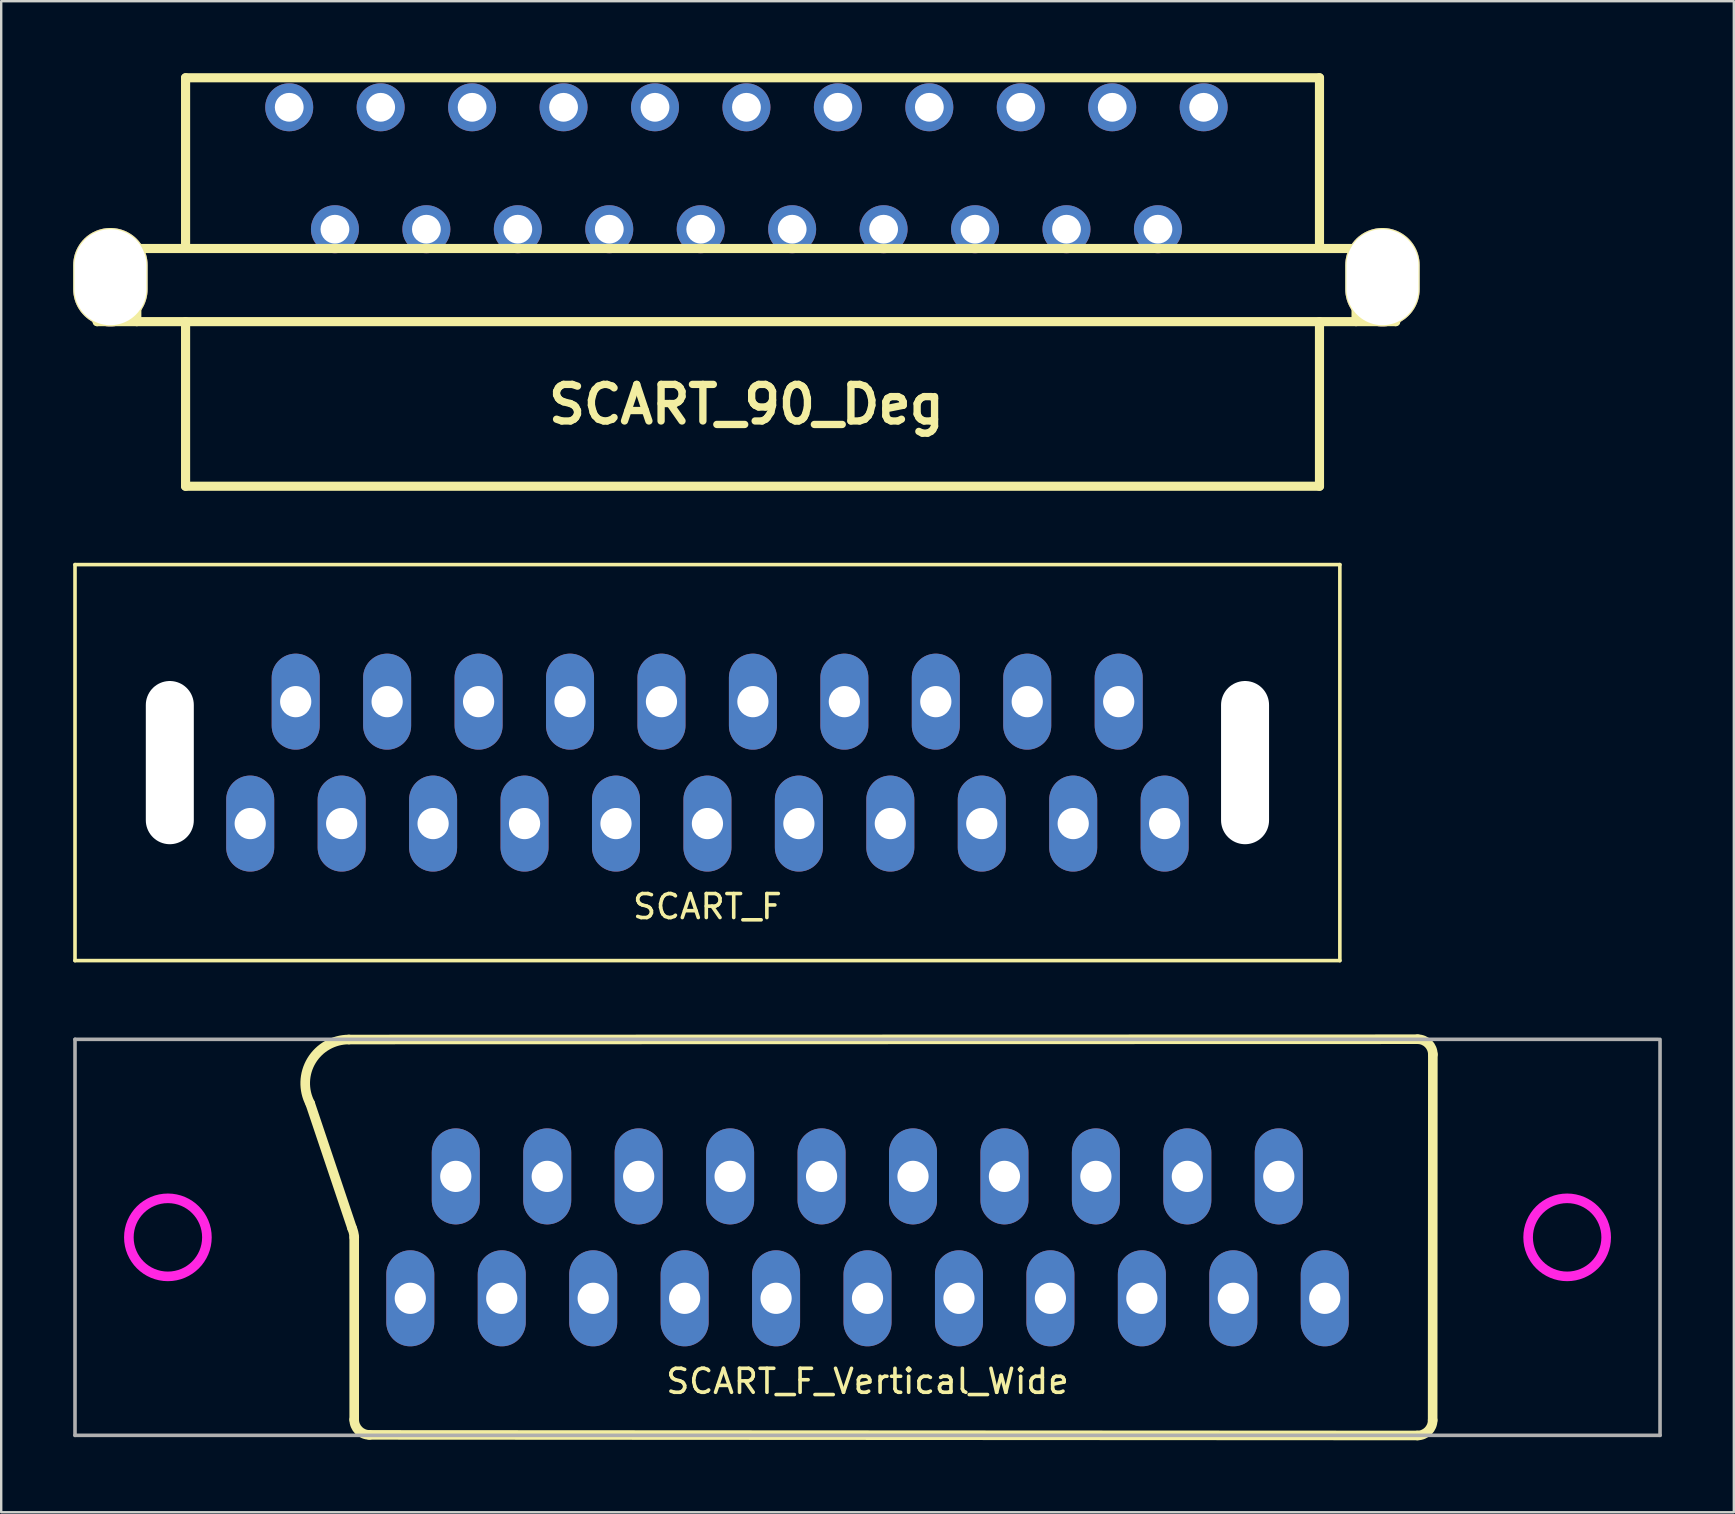
<source format=kicad_pcb>
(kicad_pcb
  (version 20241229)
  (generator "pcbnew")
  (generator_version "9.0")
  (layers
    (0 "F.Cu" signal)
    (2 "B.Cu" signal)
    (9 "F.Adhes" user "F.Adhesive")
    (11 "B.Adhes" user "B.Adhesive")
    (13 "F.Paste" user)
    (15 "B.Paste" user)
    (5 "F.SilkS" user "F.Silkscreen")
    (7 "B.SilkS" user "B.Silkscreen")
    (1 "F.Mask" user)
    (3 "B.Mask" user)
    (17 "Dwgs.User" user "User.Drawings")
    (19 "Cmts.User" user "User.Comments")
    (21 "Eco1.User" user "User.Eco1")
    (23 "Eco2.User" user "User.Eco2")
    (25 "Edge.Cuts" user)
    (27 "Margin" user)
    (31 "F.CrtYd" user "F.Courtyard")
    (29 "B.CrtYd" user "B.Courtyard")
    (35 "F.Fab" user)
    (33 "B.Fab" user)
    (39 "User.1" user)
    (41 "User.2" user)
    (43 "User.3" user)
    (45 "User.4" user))
  (footprint "SCART_90_Deg"
    (layer "F.Cu")
    (at 28.05 8.7)
    (property "Reference" "SCART_90_Deg" (at 0 5.1 0) (layer "F.SilkS") (effects (font (size 1.524 1.524) (thickness 0.305))))
    (attr through_hole)
    (fp_line (start -27.051 -1.397) (end -27.051 1.651) (stroke (width 0.381) (type solid)) (layer "F.SilkS"))
    (fp_line (start -27.051 -1.397) (end 27.051 -1.397) (stroke (width 0.381) (type solid)) (layer "F.SilkS"))
    (fp_line (start -25.4 -1.397) (end -25.4 1.651) (stroke (width 0.381) (type solid)) (layer "F.SilkS"))
    (fp_line (start -23.368 -8.509) (end 23.876 -8.509) (stroke (width 0.381) (type solid)) (layer "F.SilkS"))
    (fp_line (start -23.368 -1.397) (end -23.368 -8.509) (stroke (width 0.381) (type solid)) (layer "F.SilkS"))
    (fp_line (start -23.368 8.509) (end -23.368 1.651) (stroke (width 0.381) (type solid)) (layer "F.SilkS"))
    (fp_line (start -23.368 8.509) (end 23.876 8.509) (stroke (width 0.381) (type solid)) (layer "F.SilkS"))
    (fp_line (start 23.876 -8.509) (end 23.876 -1.397) (stroke (width 0.381) (type solid)) (layer "F.SilkS"))
    (fp_line (start 23.876 8.509) (end 23.876 1.651) (stroke (width 0.381) (type solid)) (layer "F.SilkS"))
    (fp_line (start 25.4 -1.397) (end 25.4 1.651) (stroke (width 0.381) (type solid)) (layer "F.SilkS"))
    (fp_line (start 27.051 -1.397) (end 27.051 1.651) (stroke (width 0.381) (type solid)) (layer "F.SilkS"))
    (fp_line (start 27.051 1.651) (end -27.051 1.651) (stroke (width 0.381) (type solid)) (layer "F.SilkS"))
    (pad "" np_thru_hole oval (at -26.5 -0.201) (size 3.1 4.1) (drill oval 3 4) (layers "*.Cu" "*.Mask" "F.SilkS"))
    (pad "" np_thru_hole oval (at 26.5 -0.201) (size 3.1 4.1) (drill oval 3 4) (layers "*.Cu" "*.Mask" "F.SilkS"))
    (pad "1" thru_hole circle (at 19.05 -7.28) (size 1.999 1.999) (drill 1.199) (layers "*.Cu" "*.Mask"))
    (pad "2" thru_hole circle (at 17.145 -2.2) (size 1.999 1.999) (drill 1.199) (layers "*.Cu" "*.Mask"))
    (pad "3" thru_hole circle (at 15.24 -7.28) (size 1.999 1.999) (drill 1.199) (layers "*.Cu" "*.Mask"))
    (pad "4" thru_hole circle (at 13.335 -2.2) (size 1.999 1.999) (drill 1.199) (layers "*.Cu" "*.Mask"))
    (pad "5" thru_hole circle (at 11.43 -7.28) (size 1.999 1.999) (drill 1.199) (layers "*.Cu" "*.Mask"))
    (pad "6" thru_hole circle (at 9.525 -2.2) (size 1.999 1.999) (drill 1.199) (layers "*.Cu" "*.Mask"))
    (pad "7" thru_hole circle (at 7.62 -7.28) (size 1.999 1.999) (drill 1.199) (layers "*.Cu" "*.Mask"))
    (pad "8" thru_hole circle (at 5.715 -2.2) (size 1.999 1.999) (drill 1.199) (layers "*.Cu" "*.Mask"))
    (pad "9" thru_hole circle (at 3.81 -7.28) (size 1.999 1.999) (drill 1.199) (layers "*.Cu" "*.Mask"))
    (pad "10" thru_hole circle (at 1.905 -2.2) (size 1.999 1.999) (drill 1.199) (layers "*.Cu" "*.Mask"))
    (pad "11" thru_hole circle (at 0 -7.28) (size 1.999 1.999) (drill 1.199) (layers "*.Cu" "*.Mask"))
    (pad "12" thru_hole circle (at -1.905 -2.2) (size 1.999 1.999) (drill 1.199) (layers "*.Cu" "*.Mask"))
    (pad "13" thru_hole circle (at -3.81 -7.28) (size 1.999 1.999) (drill 1.199) (layers "*.Cu" "*.Mask"))
    (pad "14" thru_hole circle (at -5.715 -2.2) (size 1.999 1.999) (drill 1.199) (layers "*.Cu" "*.Mask"))
    (pad "15" thru_hole circle (at -7.62 -7.28) (size 1.999 1.999) (drill 1.199) (layers "*.Cu" "*.Mask"))
    (pad "16" thru_hole circle (at -9.525 -2.2) (size 1.999 1.999) (drill 1.199) (layers "*.Cu" "*.Mask"))
    (pad "17" thru_hole circle (at -11.43 -7.28) (size 1.999 1.999) (drill 1.199) (layers "*.Cu" "*.Mask"))
    (pad "18" thru_hole circle (at -13.335 -2.2) (size 1.999 1.999) (drill 1.199) (layers "*.Cu" "*.Mask"))
    (pad "19" thru_hole circle (at -15.24 -7.28) (size 1.999 1.999) (drill 1.199) (layers "*.Cu" "*.Mask"))
    (pad "20" thru_hole circle (at -17.145 -2.2) (size 1.999 1.999) (drill 1.199) (layers "*.Cu" "*.Mask"))
    (pad "21" thru_hole circle (at -19.05 -7.28) (size 1.999 1.999) (drill 1.199) (layers "*.Cu" "*.Mask")))
  (footprint "SCART_F_Vertical_Wide"
    (layer "F.Cu")
    (at 33.095 48.504)
    (property "Reference" "SCART_F_Vertical_Wide" (at 0 6 180) (layer "F.SilkS") (effects (font (size 1 1) (thickness 0.15))))
    (attr through_hole)
    (fp_line (start -21.608 -8.243) (end 22.919 -8.255) (stroke (width 0.4) (type default)) (layer "F.SilkS"))
    (fp_line (start -21.475 -0.381) (end -23.222 -5.58) (stroke (width 0.4) (type default)) (layer "F.SilkS"))
    (fp_line (start -21.387 0) (end -21.387 7.595) (stroke (width 0.4) (type default)) (layer "F.SilkS"))
    (fp_line (start 22.911 8.255) (end -20.752 8.23) (stroke (width 0.4) (type default)) (layer "F.SilkS"))
    (fp_line (start 23.554 -7.62) (end 23.546 7.62) (stroke (width 0.4) (type default)) (layer "F.SilkS"))
    (fp_arc (start -23.22204 -5.579676) (mid -23.164799 -7.365999) (end -21.607551 -8.243043) (stroke (width 0.4) (type default)) (layer "F.SilkS"))
    (fp_arc (start -21.474645 -0.381) (mid -21.413184 -0.194419) (end -21.385056 0) (stroke (width 0.4) (type default)) (layer "F.SilkS"))
    (fp_arc (start -20.7518 8.2296) (mid -21.200813 8.043613) (end -21.3868 7.5946) (stroke (width 0.4) (type default)) (layer "F.SilkS"))
    (fp_arc (start 22.918987 -8.255) (mid 23.368 -8.069013) (end 23.553987 -7.62) (stroke (width 0.4) (type default)) (layer "F.SilkS"))
    (fp_arc (start 23.5458 7.62) (mid 23.359813 8.069013) (end 22.9108 8.255) (stroke (width 0.4) (type default)) (layer "F.SilkS"))
    (fp_circle (center -29.15 0) (end -27.524 0) (stroke (width 0.4) (type solid)) (fill no) (layer "F.CrtYd"))
    (fp_circle (center 29.15 0) (end 30.776 0) (stroke (width 0.4) (type solid)) (fill no) (layer "F.CrtYd"))
    (fp_line (start -33.02 -8.25) (end 32.95 -8.25) (stroke (width 0.15) (type solid)) (layer "F.Fab"))
    (fp_line (start -33.02 8.25) (end -33.02 -8.25) (stroke (width 0.15) (type solid)) (layer "F.Fab"))
    (fp_line (start 33.02 -8.25) (end 33.02 8.25) (stroke (width 0.15) (type solid)) (layer "F.Fab"))
    (fp_line (start 33.02 8.25) (end -33.02 8.25) (stroke (width 0.15) (type solid)) (layer "F.Fab"))
    (pad "1" thru_hole oval (at 19.05 2.54) (size 2 4) (drill 1.3) (layers "*.Cu" "*.Mask"))
    (pad "2" thru_hole oval (at 17.135 -2.54) (size 2 4) (drill 1.3) (layers "*.Cu" "*.Mask"))
    (pad "3" thru_hole oval (at 15.24 2.54) (size 2 4) (drill 1.3) (layers "*.Cu" "*.Mask"))
    (pad "4" thru_hole oval (at 13.325 -2.54) (size 2 4) (drill 1.3) (layers "*.Cu" "*.Mask"))
    (pad "5" thru_hole oval (at 11.43 2.54) (size 2 4) (drill 1.3) (layers "*.Cu" "*.Mask"))
    (pad "6" thru_hole oval (at 9.515 -2.54) (size 2 4) (drill 1.3) (layers "*.Cu" "*.Mask"))
    (pad "7" thru_hole oval (at 7.62 2.54) (size 2 4) (drill 1.3) (layers "*.Cu" "*.Mask"))
    (pad "8" thru_hole oval (at 5.705 -2.54) (size 2 4) (drill 1.3) (layers "*.Cu" "*.Mask"))
    (pad "9" thru_hole oval (at 3.81 2.54) (size 2 4) (drill 1.3) (layers "*.Cu" "*.Mask"))
    (pad "10" thru_hole oval (at 1.895 -2.54) (size 2 4) (drill 1.3) (layers "*.Cu" "*.Mask"))
    (pad "11" thru_hole oval (at 0 2.54) (size 2 4) (drill 1.3) (layers "*.Cu" "*.Mask"))
    (pad "12" thru_hole oval (at -1.915 -2.54) (size 2 4) (drill 1.3) (layers "*.Cu" "*.Mask"))
    (pad "13" thru_hole oval (at -3.81 2.54) (size 2 4) (drill 1.3) (layers "*.Cu" "*.Mask"))
    (pad "14" thru_hole oval (at -5.725 -2.54) (size 2 4) (drill 1.3) (layers "*.Cu" "*.Mask"))
    (pad "15" thru_hole oval (at -7.62 2.54) (size 2 4) (drill 1.3) (layers "*.Cu" "*.Mask"))
    (pad "16" thru_hole oval (at -9.535 -2.54) (size 2 4) (drill 1.3) (layers "*.Cu" "*.Mask"))
    (pad "17" thru_hole oval (at -11.43 2.54) (size 2 4) (drill 1.3) (layers "*.Cu" "*.Mask"))
    (pad "18" thru_hole oval (at -13.345 -2.54) (size 2 4) (drill 1.3) (layers "*.Cu" "*.Mask"))
    (pad "19" thru_hole oval (at -15.24 2.54) (size 2 4) (drill 1.3) (layers "*.Cu" "*.Mask"))
    (pad "20" thru_hole oval (at -17.155 -2.54) (size 2 4) (drill 1.3) (layers "*.Cu" "*.Mask"))
    (pad "21" thru_hole oval (at -19.05 2.54) (size 2 4) (drill 1.3) (layers "*.Cu" "*.Mask")))
  (footprint "SCART_F"
    (layer "F.Cu")
    (at 26.425 28.724)
    (property "Reference" "SCART_F" (at 0 6 180) (layer "F.SilkS") (effects (font (size 1 1) (thickness 0.15))))
    (attr through_hole)
    (fp_line (start -26.35 -8.25) (end 26.35 -8.25) (stroke (width 0.15) (type solid)) (layer "F.SilkS"))
    (fp_line (start -26.35 8.25) (end -26.35 -8.25) (stroke (width 0.15) (type solid)) (layer "F.SilkS"))
    (fp_line (start 26.35 -8.25) (end 26.35 8.25) (stroke (width 0.15) (type solid)) (layer "F.SilkS"))
    (fp_line (start 26.35 8.25) (end -26.35 8.25) (stroke (width 0.15) (type solid)) (layer "F.SilkS"))
    (pad "" np_thru_hole oval (at -22.4 0) (size 2 6.8) (drill oval 2 6.8) (layers "*.Cu" "*.Mask"))
    (pad "" np_thru_hole oval (at 22.4 0) (size 2 6.8) (drill oval 2 6.8) (layers "*.Cu" "*.Mask"))
    (pad "1" thru_hole oval (at 19.05 2.54) (size 2 4) (drill 1.3) (layers "*.Cu" "*.Mask"))
    (pad "2" thru_hole oval (at 17.135 -2.54) (size 2 4) (drill 1.3) (layers "*.Cu" "*.Mask"))
    (pad "3" thru_hole oval (at 15.24 2.54) (size 2 4) (drill 1.3) (layers "*.Cu" "*.Mask"))
    (pad "4" thru_hole oval (at 13.325 -2.54) (size 2 4) (drill 1.3) (layers "*.Cu" "*.Mask"))
    (pad "5" thru_hole oval (at 11.43 2.54) (size 2 4) (drill 1.3) (layers "*.Cu" "*.Mask"))
    (pad "6" thru_hole oval (at 9.515 -2.54) (size 2 4) (drill 1.3) (layers "*.Cu" "*.Mask"))
    (pad "7" thru_hole oval (at 7.62 2.54) (size 2 4) (drill 1.3) (layers "*.Cu" "*.Mask"))
    (pad "8" thru_hole oval (at 5.705 -2.54) (size 2 4) (drill 1.3) (layers "*.Cu" "*.Mask"))
    (pad "9" thru_hole oval (at 3.81 2.54) (size 2 4) (drill 1.3) (layers "*.Cu" "*.Mask"))
    (pad "10" thru_hole oval (at 1.895 -2.54) (size 2 4) (drill 1.3) (layers "*.Cu" "*.Mask"))
    (pad "11" thru_hole oval (at 0 2.54) (size 2 4) (drill 1.3) (layers "*.Cu" "*.Mask"))
    (pad "12" thru_hole oval (at -1.915 -2.54) (size 2 4) (drill 1.3) (layers "*.Cu" "*.Mask"))
    (pad "13" thru_hole oval (at -3.81 2.54) (size 2 4) (drill 1.3) (layers "*.Cu" "*.Mask"))
    (pad "14" thru_hole oval (at -5.725 -2.54) (size 2 4) (drill 1.3) (layers "*.Cu" "*.Mask"))
    (pad "15" thru_hole oval (at -7.62 2.54) (size 2 4) (drill 1.3) (layers "*.Cu" "*.Mask"))
    (pad "16" thru_hole oval (at -9.535 -2.54) (size 2 4) (drill 1.3) (layers "*.Cu" "*.Mask"))
    (pad "17" thru_hole oval (at -11.43 2.54) (size 2 4) (drill 1.3) (layers "*.Cu" "*.Mask"))
    (pad "18" thru_hole oval (at -13.345 -2.54) (size 2 4) (drill 1.3) (layers "*.Cu" "*.Mask"))
    (pad "19" thru_hole oval (at -15.24 2.54) (size 2 4) (drill 1.3) (layers "*.Cu" "*.Mask"))
    (pad "20" thru_hole oval (at -17.155 -2.54) (size 2 4) (drill 1.3) (layers "*.Cu" "*.Mask"))
    (pad "21" thru_hole oval (at -19.05 2.54) (size 2 4) (drill 1.3) (layers "*.Cu" "*.Mask")))
  (gr_rect
    (start -3 -3)
    (end 69.19 59.959)
    (stroke (width 0.1) (type default))
    (fill no)
    (layer "Edge.Cuts")))
</source>
